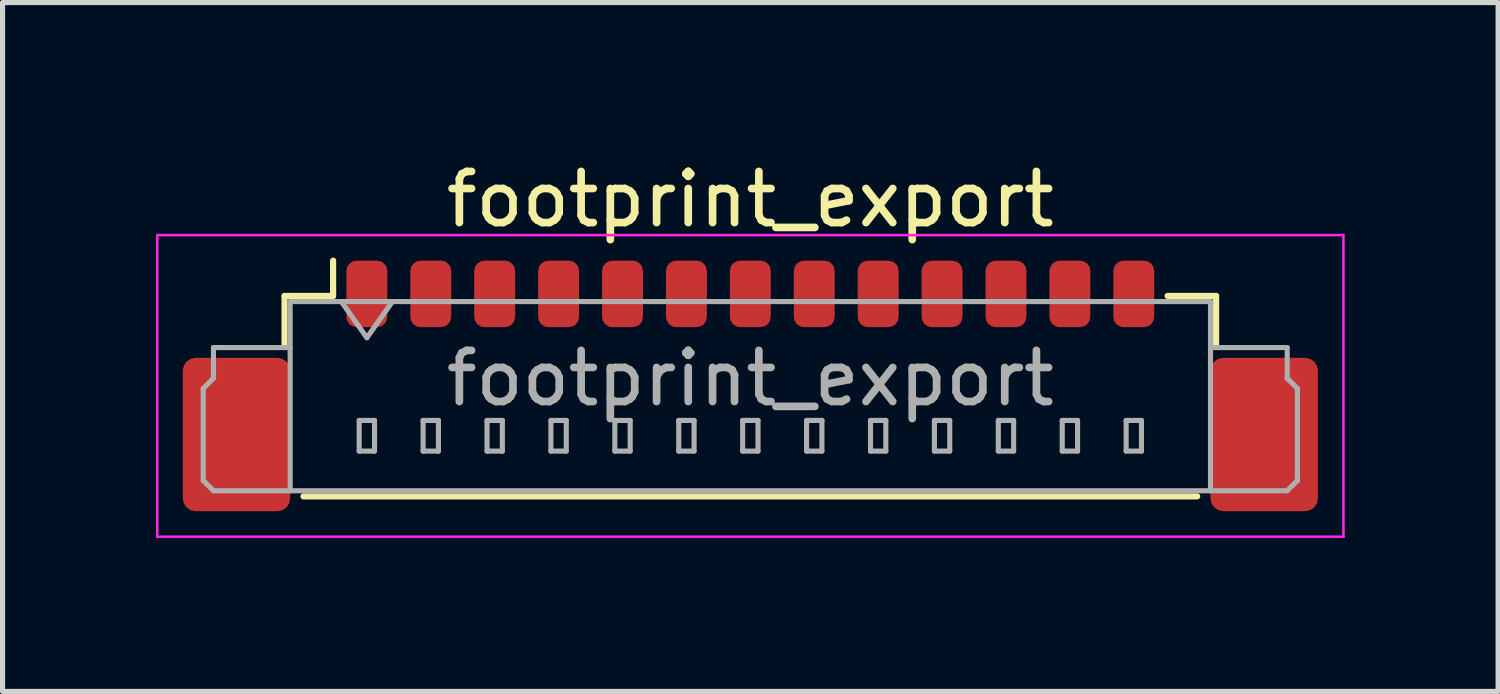
<source format=kicad_pcb>
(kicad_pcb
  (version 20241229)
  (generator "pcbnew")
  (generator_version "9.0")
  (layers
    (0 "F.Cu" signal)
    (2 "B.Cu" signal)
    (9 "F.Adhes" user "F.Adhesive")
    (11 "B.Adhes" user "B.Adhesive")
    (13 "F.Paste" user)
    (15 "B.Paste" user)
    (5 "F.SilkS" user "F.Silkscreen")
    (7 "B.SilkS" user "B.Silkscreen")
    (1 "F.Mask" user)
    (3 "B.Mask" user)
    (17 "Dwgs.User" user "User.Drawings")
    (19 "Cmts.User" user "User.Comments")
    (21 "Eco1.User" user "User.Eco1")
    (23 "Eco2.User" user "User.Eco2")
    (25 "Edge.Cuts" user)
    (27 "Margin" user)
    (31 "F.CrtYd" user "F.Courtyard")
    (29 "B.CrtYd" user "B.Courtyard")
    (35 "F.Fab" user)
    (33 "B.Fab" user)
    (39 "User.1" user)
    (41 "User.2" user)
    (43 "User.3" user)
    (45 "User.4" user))
  (footprint "footprint_export"
    (layer "F.Cu")
    (at 11.625 3.948)
    (property "Reference" "footprint_export" (at 0 -3.1 0) (layer "F.SilkS") (effects (font (size 1 1) (thickness 0.15))))
    (attr smd)
    (fp_line (start -9.11 -1.21) (end -8.16 -1.21) (stroke (width 0.12) (type solid)) (layer "F.SilkS"))
    (fp_line (start -9.11 -0.26) (end -9.11 -1.21) (stroke (width 0.12) (type solid)) (layer "F.SilkS"))
    (fp_line (start -8.74 2.71) (end 8.74 2.71) (stroke (width 0.12) (type solid)) (layer "F.SilkS"))
    (fp_line (start -8.16 -1.21) (end -8.16 -1.9) (stroke (width 0.12) (type solid)) (layer "F.SilkS"))
    (fp_line (start 9.11 -1.21) (end 8.16 -1.21) (stroke (width 0.12) (type solid)) (layer "F.SilkS"))
    (fp_line (start 9.11 -0.26) (end 9.11 -1.21) (stroke (width 0.12) (type solid)) (layer "F.SilkS"))
    (fp_line (start -11.6 -2.4) (end -11.6 3.5) (stroke (width 0.05) (type solid)) (layer "F.CrtYd"))
    (fp_line (start -11.6 3.5) (end 11.6 3.5) (stroke (width 0.05) (type solid)) (layer "F.CrtYd"))
    (fp_line (start 11.6 -2.4) (end -11.6 -2.4) (stroke (width 0.05) (type solid)) (layer "F.CrtYd"))
    (fp_line (start 11.6 3.5) (end 11.6 -2.4) (stroke (width 0.05) (type solid)) (layer "F.CrtYd"))
    (fp_line (start -10.7 0.6) (end -10.5 0.4) (stroke (width 0.1) (type solid)) (layer "F.Fab"))
    (fp_line (start -10.7 2.4) (end -10.7 0.6) (stroke (width 0.1) (type solid)) (layer "F.Fab"))
    (fp_line (start -10.5 -0.2) (end -9 -0.2) (stroke (width 0.1) (type solid)) (layer "F.Fab"))
    (fp_line (start -10.5 0.4) (end -10.5 -0.2) (stroke (width 0.1) (type solid)) (layer "F.Fab"))
    (fp_line (start -10.5 2.6) (end -10.7 2.4) (stroke (width 0.1) (type solid)) (layer "F.Fab"))
    (fp_line (start -9 -1.1) (end -9 2.6) (stroke (width 0.1) (type solid)) (layer "F.Fab"))
    (fp_line (start -9 -1.1) (end 9 -1.1) (stroke (width 0.1) (type solid)) (layer "F.Fab"))
    (fp_line (start -9 2.6) (end -10.5 2.6) (stroke (width 0.1) (type solid)) (layer "F.Fab"))
    (fp_line (start -9 2.6) (end 9 2.6) (stroke (width 0.1) (type solid)) (layer "F.Fab"))
    (fp_line (start -8 -1.1) (end -7.5 -0.393) (stroke (width 0.1) (type solid)) (layer "F.Fab"))
    (fp_line (start -7.65 1.225) (end -7.65 1.825) (stroke (width 0.1) (type solid)) (layer "F.Fab"))
    (fp_line (start -7.65 1.825) (end -7.35 1.825) (stroke (width 0.1) (type solid)) (layer "F.Fab"))
    (fp_line (start -7.5 -0.393) (end -7 -1.1) (stroke (width 0.1) (type solid)) (layer "F.Fab"))
    (fp_line (start -7.35 1.225) (end -7.65 1.225) (stroke (width 0.1) (type solid)) (layer "F.Fab"))
    (fp_line (start -7.35 1.825) (end -7.35 1.225) (stroke (width 0.1) (type solid)) (layer "F.Fab"))
    (fp_line (start -6.4 1.225) (end -6.4 1.825) (stroke (width 0.1) (type solid)) (layer "F.Fab"))
    (fp_line (start -6.4 1.825) (end -6.1 1.825) (stroke (width 0.1) (type solid)) (layer "F.Fab"))
    (fp_line (start -6.1 1.225) (end -6.4 1.225) (stroke (width 0.1) (type solid)) (layer "F.Fab"))
    (fp_line (start -6.1 1.825) (end -6.1 1.225) (stroke (width 0.1) (type solid)) (layer "F.Fab"))
    (fp_line (start -5.15 1.225) (end -5.15 1.825) (stroke (width 0.1) (type solid)) (layer "F.Fab"))
    (fp_line (start -5.15 1.825) (end -4.85 1.825) (stroke (width 0.1) (type solid)) (layer "F.Fab"))
    (fp_line (start -4.85 1.225) (end -5.15 1.225) (stroke (width 0.1) (type solid)) (layer "F.Fab"))
    (fp_line (start -4.85 1.825) (end -4.85 1.225) (stroke (width 0.1) (type solid)) (layer "F.Fab"))
    (fp_line (start -3.9 1.225) (end -3.9 1.825) (stroke (width 0.1) (type solid)) (layer "F.Fab"))
    (fp_line (start -3.9 1.825) (end -3.6 1.825) (stroke (width 0.1) (type solid)) (layer "F.Fab"))
    (fp_line (start -3.6 1.225) (end -3.9 1.225) (stroke (width 0.1) (type solid)) (layer "F.Fab"))
    (fp_line (start -3.6 1.825) (end -3.6 1.225) (stroke (width 0.1) (type solid)) (layer "F.Fab"))
    (fp_line (start -2.65 1.225) (end -2.65 1.825) (stroke (width 0.1) (type solid)) (layer "F.Fab"))
    (fp_line (start -2.65 1.825) (end -2.35 1.825) (stroke (width 0.1) (type solid)) (layer "F.Fab"))
    (fp_line (start -2.35 1.225) (end -2.65 1.225) (stroke (width 0.1) (type solid)) (layer "F.Fab"))
    (fp_line (start -2.35 1.825) (end -2.35 1.225) (stroke (width 0.1) (type solid)) (layer "F.Fab"))
    (fp_line (start -1.4 1.225) (end -1.4 1.825) (stroke (width 0.1) (type solid)) (layer "F.Fab"))
    (fp_line (start -1.4 1.825) (end -1.1 1.825) (stroke (width 0.1) (type solid)) (layer "F.Fab"))
    (fp_line (start -1.1 1.225) (end -1.4 1.225) (stroke (width 0.1) (type solid)) (layer "F.Fab"))
    (fp_line (start -1.1 1.825) (end -1.1 1.225) (stroke (width 0.1) (type solid)) (layer "F.Fab"))
    (fp_line (start -0.15 1.225) (end -0.15 1.825) (stroke (width 0.1) (type solid)) (layer "F.Fab"))
    (fp_line (start -0.15 1.825) (end 0.15 1.825) (stroke (width 0.1) (type solid)) (layer "F.Fab"))
    (fp_line (start 0.15 1.225) (end -0.15 1.225) (stroke (width 0.1) (type solid)) (layer "F.Fab"))
    (fp_line (start 0.15 1.825) (end 0.15 1.225) (stroke (width 0.1) (type solid)) (layer "F.Fab"))
    (fp_line (start 1.1 1.225) (end 1.1 1.825) (stroke (width 0.1) (type solid)) (layer "F.Fab"))
    (fp_line (start 1.1 1.825) (end 1.4 1.825) (stroke (width 0.1) (type solid)) (layer "F.Fab"))
    (fp_line (start 1.4 1.225) (end 1.1 1.225) (stroke (width 0.1) (type solid)) (layer "F.Fab"))
    (fp_line (start 1.4 1.825) (end 1.4 1.225) (stroke (width 0.1) (type solid)) (layer "F.Fab"))
    (fp_line (start 2.35 1.225) (end 2.35 1.825) (stroke (width 0.1) (type solid)) (layer "F.Fab"))
    (fp_line (start 2.35 1.825) (end 2.65 1.825) (stroke (width 0.1) (type solid)) (layer "F.Fab"))
    (fp_line (start 2.65 1.225) (end 2.35 1.225) (stroke (width 0.1) (type solid)) (layer "F.Fab"))
    (fp_line (start 2.65 1.825) (end 2.65 1.225) (stroke (width 0.1) (type solid)) (layer "F.Fab"))
    (fp_line (start 3.6 1.225) (end 3.6 1.825) (stroke (width 0.1) (type solid)) (layer "F.Fab"))
    (fp_line (start 3.6 1.825) (end 3.9 1.825) (stroke (width 0.1) (type solid)) (layer "F.Fab"))
    (fp_line (start 3.9 1.225) (end 3.6 1.225) (stroke (width 0.1) (type solid)) (layer "F.Fab"))
    (fp_line (start 3.9 1.825) (end 3.9 1.225) (stroke (width 0.1) (type solid)) (layer "F.Fab"))
    (fp_line (start 4.85 1.225) (end 4.85 1.825) (stroke (width 0.1) (type solid)) (layer "F.Fab"))
    (fp_line (start 4.85 1.825) (end 5.15 1.825) (stroke (width 0.1) (type solid)) (layer "F.Fab"))
    (fp_line (start 5.15 1.225) (end 4.85 1.225) (stroke (width 0.1) (type solid)) (layer "F.Fab"))
    (fp_line (start 5.15 1.825) (end 5.15 1.225) (stroke (width 0.1) (type solid)) (layer "F.Fab"))
    (fp_line (start 6.1 1.225) (end 6.1 1.825) (stroke (width 0.1) (type solid)) (layer "F.Fab"))
    (fp_line (start 6.1 1.825) (end 6.4 1.825) (stroke (width 0.1) (type solid)) (layer "F.Fab"))
    (fp_line (start 6.4 1.225) (end 6.1 1.225) (stroke (width 0.1) (type solid)) (layer "F.Fab"))
    (fp_line (start 6.4 1.825) (end 6.4 1.225) (stroke (width 0.1) (type solid)) (layer "F.Fab"))
    (fp_line (start 7.35 1.225) (end 7.35 1.825) (stroke (width 0.1) (type solid)) (layer "F.Fab"))
    (fp_line (start 7.35 1.825) (end 7.65 1.825) (stroke (width 0.1) (type solid)) (layer "F.Fab"))
    (fp_line (start 7.65 1.225) (end 7.35 1.225) (stroke (width 0.1) (type solid)) (layer "F.Fab"))
    (fp_line (start 7.65 1.825) (end 7.65 1.225) (stroke (width 0.1) (type solid)) (layer "F.Fab"))
    (fp_line (start 9 -1.1) (end 9 2.6) (stroke (width 0.1) (type solid)) (layer "F.Fab"))
    (fp_line (start 9 2.6) (end 10.5 2.6) (stroke (width 0.1) (type solid)) (layer "F.Fab"))
    (fp_line (start 10.5 -0.2) (end 9 -0.2) (stroke (width 0.1) (type solid)) (layer "F.Fab"))
    (fp_line (start 10.5 0.4) (end 10.5 -0.2) (stroke (width 0.1) (type solid)) (layer "F.Fab"))
    (fp_line (start 10.5 2.6) (end 10.7 2.4) (stroke (width 0.1) (type solid)) (layer "F.Fab"))
    (fp_line (start 10.7 0.6) (end 10.5 0.4) (stroke (width 0.1) (type solid)) (layer "F.Fab"))
    (fp_line (start 10.7 2.4) (end 10.7 0.6) (stroke (width 0.1) (type solid)) (layer "F.Fab"))
    (fp_text user "${REFERENCE}" (at 0 0.4 0) (layer "F.Fab") (effects (font (size 1 1) (thickness 0.15))))
    (pad "1" smd roundrect (at -7.5 -1.25) (size 0.8 1.3) (layers "F.Cu" "F.Mask" "F.Paste") (roundrect_rratio 0.25))
    (pad "2" smd roundrect (at -6.25 -1.25) (size 0.8 1.3) (layers "F.Cu" "F.Mask" "F.Paste") (roundrect_rratio 0.25))
    (pad "3" smd roundrect (at -5 -1.25) (size 0.8 1.3) (layers "F.Cu" "F.Mask" "F.Paste") (roundrect_rratio 0.25))
    (pad "4" smd roundrect (at -3.75 -1.25) (size 0.8 1.3) (layers "F.Cu" "F.Mask" "F.Paste") (roundrect_rratio 0.25))
    (pad "5" smd roundrect (at -2.5 -1.25) (size 0.8 1.3) (layers "F.Cu" "F.Mask" "F.Paste") (roundrect_rratio 0.25))
    (pad "6" smd roundrect (at -1.25 -1.25) (size 0.8 1.3) (layers "F.Cu" "F.Mask" "F.Paste") (roundrect_rratio 0.25))
    (pad "7" smd roundrect (at 0 -1.25) (size 0.8 1.3) (layers "F.Cu" "F.Mask" "F.Paste") (roundrect_rratio 0.25))
    (pad "8" smd roundrect (at 1.25 -1.25) (size 0.8 1.3) (layers "F.Cu" "F.Mask" "F.Paste") (roundrect_rratio 0.25))
    (pad "9" smd roundrect (at 2.5 -1.25) (size 0.8 1.3) (layers "F.Cu" "F.Mask" "F.Paste") (roundrect_rratio 0.25))
    (pad "10" smd roundrect (at 3.75 -1.25) (size 0.8 1.3) (layers "F.Cu" "F.Mask" "F.Paste") (roundrect_rratio 0.25))
    (pad "11" smd roundrect (at 5 -1.25) (size 0.8 1.3) (layers "F.Cu" "F.Mask" "F.Paste") (roundrect_rratio 0.25))
    (pad "12" smd roundrect (at 6.25 -1.25) (size 0.8 1.3) (layers "F.Cu" "F.Mask" "F.Paste") (roundrect_rratio 0.25))
    (pad "13" smd roundrect (at 7.5 -1.25) (size 0.8 1.3) (layers "F.Cu" "F.Mask" "F.Paste") (roundrect_rratio 0.25))
    (pad "MP" smd roundrect (at -10.05 1.5) (size 2.1 3) (layers "F.Cu" "F.Mask" "F.Paste") (roundrect_rratio 0.119))
    (pad "MP" smd roundrect (at 10.05 1.5) (size 2.1 3) (layers "F.Cu" "F.Mask" "F.Paste") (roundrect_rratio 0.119)))
  (gr_rect
    (start -3 -3)
    (end 26.25 10.473)
    (stroke (width 0.1) (type default))
    (fill no)
    (layer "Edge.Cuts")))
</source>
